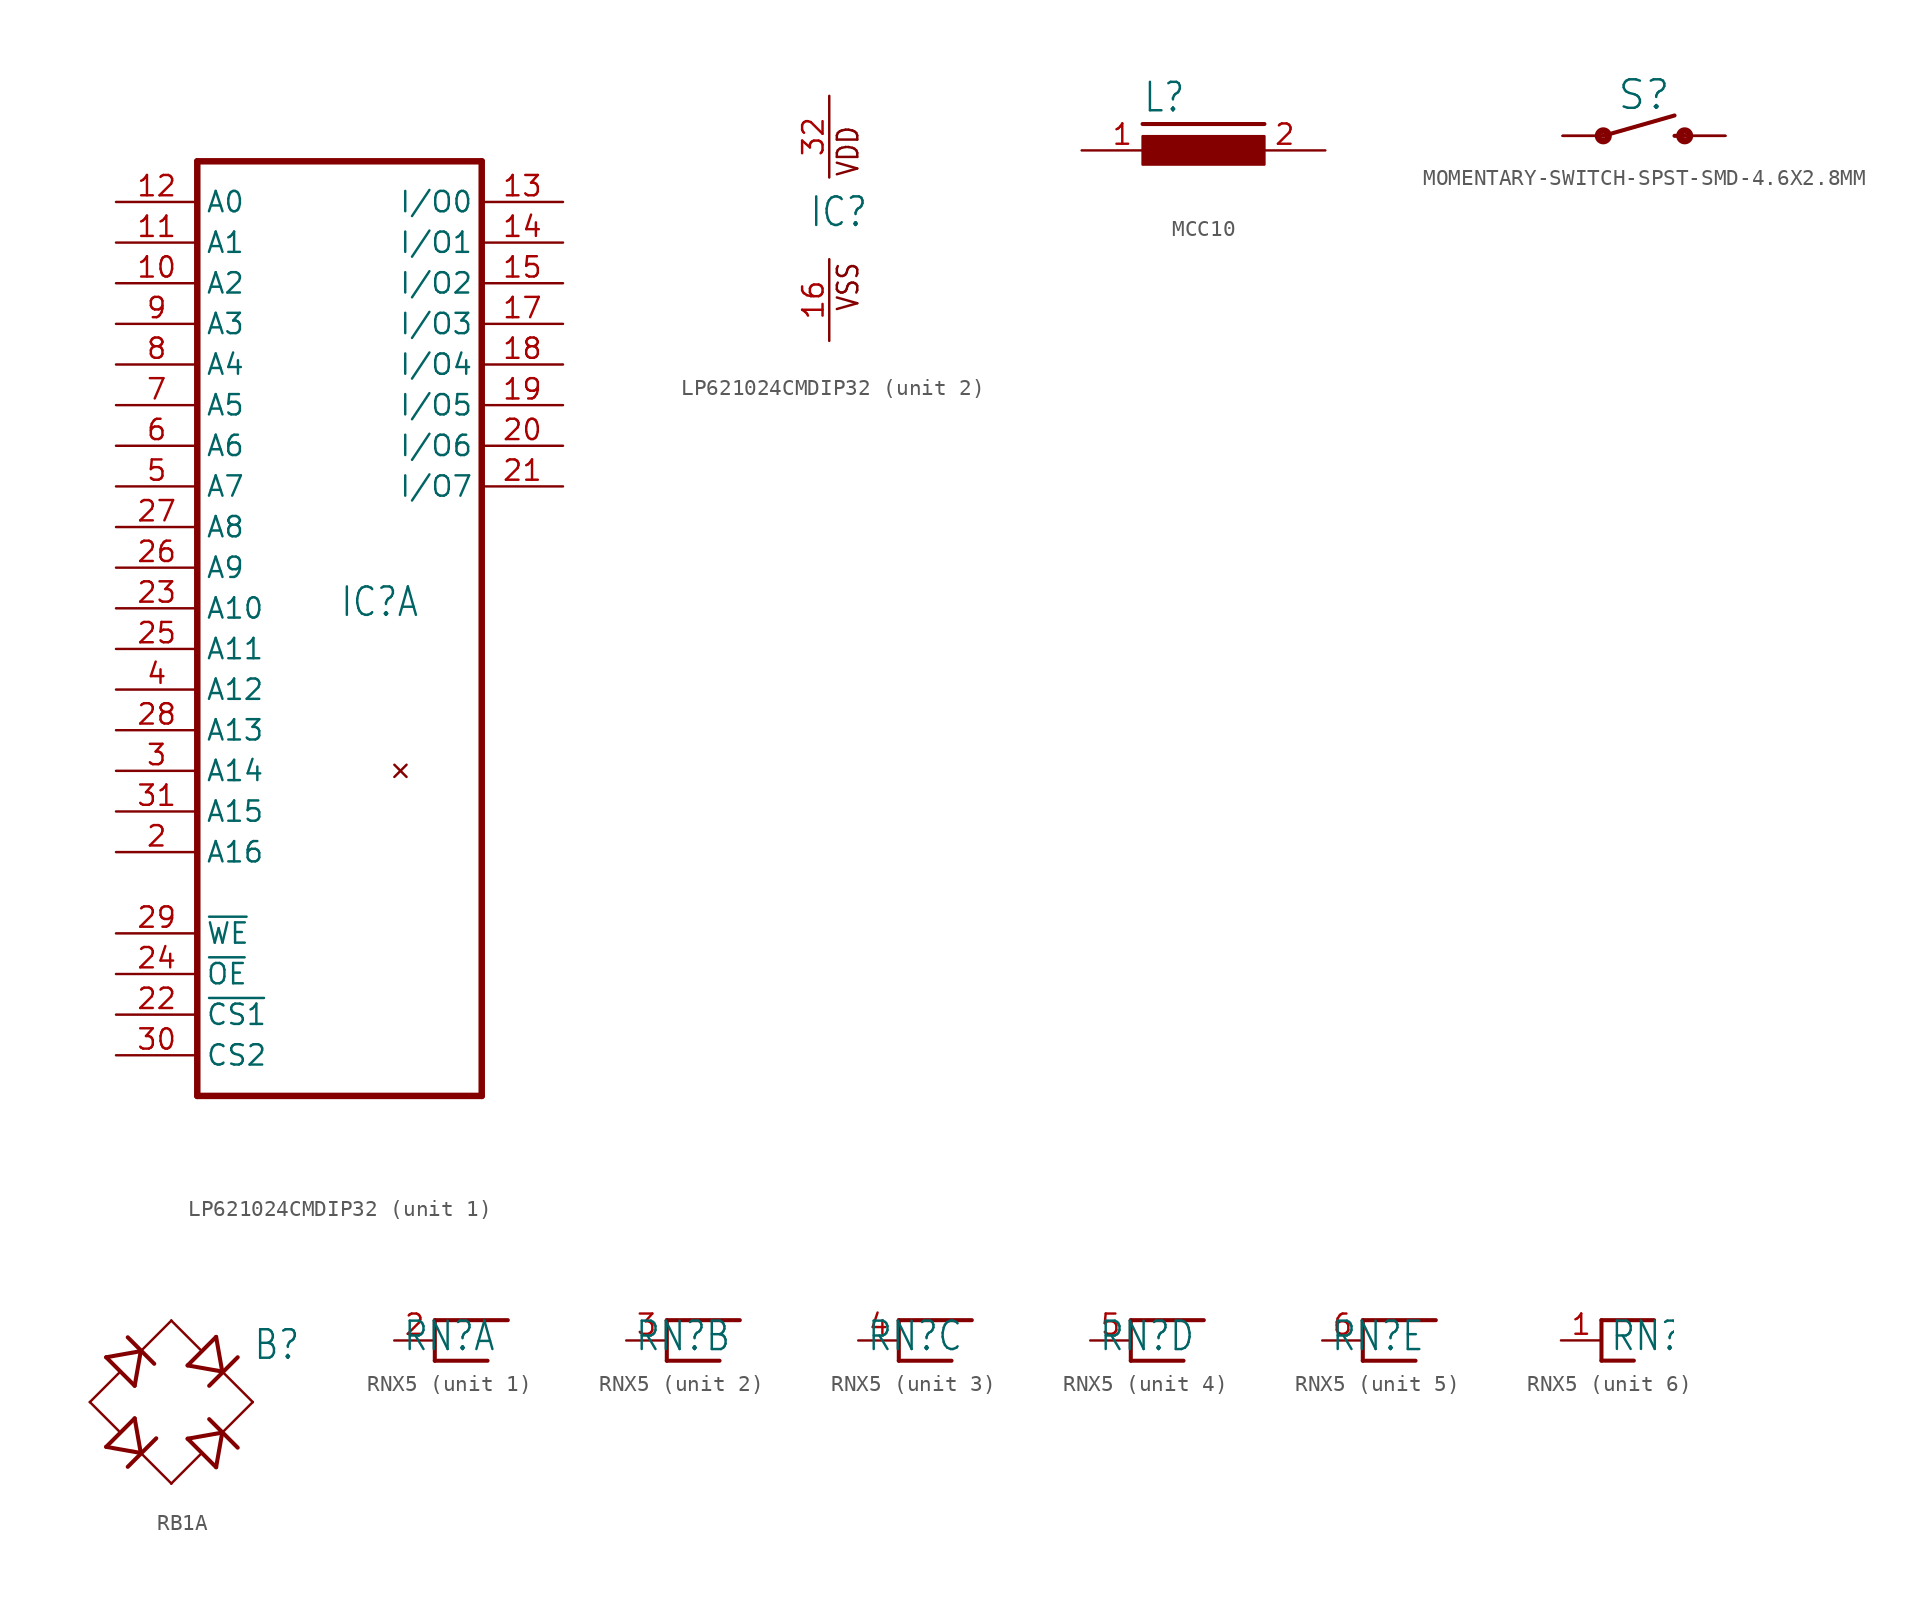
<source format=kicad_sym>
(kicad_symbol_lib
  (version 20220914)
  (generator kicad_symbol_editor)
  (symbol "LP621024CMDIP32"
    (property "Reference" "IC"
      (at -1.27 -0.635 0)
      (effects (font (size 1.778 1.511)) (justify left bottom)))
    (property "ki_locked" ""
      (at 0 0 0)
      (effects (font (size 1.27 1.27))))
    (symbol "LP621024CMDIP32_1_0"
      (polyline (pts (xy -10.16 -30.48) (xy -10.16 27.94)) (stroke (width 0.406) (type solid)) (fill (type none)))
      (polyline (pts (xy -10.16 -30.48) (xy 7.62 -30.48)) (stroke (width 0.406) (type solid)) (fill (type none)))
      (polyline (pts (xy 7.62 27.94) (xy -10.16 27.94)) (stroke (width 0.406) (type solid)) (fill (type none)))
      (polyline (pts (xy 7.62 27.94) (xy 7.62 -30.48)) (stroke (width 0.406) (type solid)) (fill (type none)))
      (pin no_connect line (at 2.54 -10.16 180) (length 0) (name "NC" (effects (font (size 0 0)))) (number "1" (effects (font (size 0 0)))))
      (pin input line (at -15.24 20.32 0) (length 5.08) (name "A2" (effects (font (size 1.27 1.27)))) (number "10" (effects (font (size 1.27 1.27)))))
      (pin input line (at -15.24 22.86 0) (length 5.08) (name "A1" (effects (font (size 1.27 1.27)))) (number "11" (effects (font (size 1.27 1.27)))))
      (pin input line (at -15.24 25.4 0) (length 5.08) (name "A0" (effects (font (size 1.27 1.27)))) (number "12" (effects (font (size 1.27 1.27)))))
      (pin bidirectional line (at 12.7 25.4 180) (length 5.08) (name "I/O0" (effects (font (size 1.27 1.27)))) (number "13" (effects (font (size 1.27 1.27)))))
      (pin bidirectional line (at 12.7 22.86 180) (length 5.08) (name "I/O1" (effects (font (size 1.27 1.27)))) (number "14" (effects (font (size 1.27 1.27)))))
      (pin bidirectional line (at 12.7 20.32 180) (length 5.08) (name "I/O2" (effects (font (size 1.27 1.27)))) (number "15" (effects (font (size 1.27 1.27)))))
      (pin bidirectional line (at 12.7 17.78 180) (length 5.08) (name "I/O3" (effects (font (size 1.27 1.27)))) (number "17" (effects (font (size 1.27 1.27)))))
      (pin bidirectional line (at 12.7 15.24 180) (length 5.08) (name "I/O4" (effects (font (size 1.27 1.27)))) (number "18" (effects (font (size 1.27 1.27)))))
      (pin bidirectional line (at 12.7 12.7 180) (length 5.08) (name "I/O5" (effects (font (size 1.27 1.27)))) (number "19" (effects (font (size 1.27 1.27)))))
      (pin input line (at -15.24 -15.24 0) (length 5.08) (name "A16" (effects (font (size 1.27 1.27)))) (number "2" (effects (font (size 1.27 1.27)))))
      (pin bidirectional line (at 12.7 10.16 180) (length 5.08) (name "I/O6" (effects (font (size 1.27 1.27)))) (number "20" (effects (font (size 1.27 1.27)))))
      (pin bidirectional line (at 12.7 7.62 180) (length 5.08) (name "I/O7" (effects (font (size 1.27 1.27)))) (number "21" (effects (font (size 1.27 1.27)))))
      (pin input line (at -15.24 -25.4 0) (length 5.08) (name "~{CS1}" (effects (font (size 1.27 1.27)))) (number "22" (effects (font (size 1.27 1.27)))))
      (pin input line (at -15.24 0 0) (length 5.08) (name "A10" (effects (font (size 1.27 1.27)))) (number "23" (effects (font (size 1.27 1.27)))))
      (pin input line (at -15.24 -22.86 0) (length 5.08) (name "~{OE}" (effects (font (size 1.27 1.27)))) (number "24" (effects (font (size 1.27 1.27)))))
      (pin input line (at -15.24 -2.54 0) (length 5.08) (name "A11" (effects (font (size 1.27 1.27)))) (number "25" (effects (font (size 1.27 1.27)))))
      (pin input line (at -15.24 2.54 0) (length 5.08) (name "A9" (effects (font (size 1.27 1.27)))) (number "26" (effects (font (size 1.27 1.27)))))
      (pin input line (at -15.24 5.08 0) (length 5.08) (name "A8" (effects (font (size 1.27 1.27)))) (number "27" (effects (font (size 1.27 1.27)))))
      (pin input line (at -15.24 -7.62 0) (length 5.08) (name "A13" (effects (font (size 1.27 1.27)))) (number "28" (effects (font (size 1.27 1.27)))))
      (pin input line (at -15.24 -20.32 0) (length 5.08) (name "~{WE}" (effects (font (size 1.27 1.27)))) (number "29" (effects (font (size 1.27 1.27)))))
      (pin input line (at -15.24 -10.16 0) (length 5.08) (name "A14" (effects (font (size 1.27 1.27)))) (number "3" (effects (font (size 1.27 1.27)))))
      (pin input line (at -15.24 -27.94 0) (length 5.08) (name "CS2" (effects (font (size 1.27 1.27)))) (number "30" (effects (font (size 1.27 1.27)))))
      (pin input line (at -15.24 -12.7 0) (length 5.08) (name "A15" (effects (font (size 1.27 1.27)))) (number "31" (effects (font (size 1.27 1.27)))))
      (pin input line (at -15.24 -5.08 0) (length 5.08) (name "A12" (effects (font (size 1.27 1.27)))) (number "4" (effects (font (size 1.27 1.27)))))
      (pin input line (at -15.24 7.62 0) (length 5.08) (name "A7" (effects (font (size 1.27 1.27)))) (number "5" (effects (font (size 1.27 1.27)))))
      (pin input line (at -15.24 10.16 0) (length 5.08) (name "A6" (effects (font (size 1.27 1.27)))) (number "6" (effects (font (size 1.27 1.27)))))
      (pin input line (at -15.24 12.7 0) (length 5.08) (name "A5" (effects (font (size 1.27 1.27)))) (number "7" (effects (font (size 1.27 1.27)))))
      (pin input line (at -15.24 15.24 0) (length 5.08) (name "A4" (effects (font (size 1.27 1.27)))) (number "8" (effects (font (size 1.27 1.27)))))
      (pin input line (at -15.24 17.78 0) (length 5.08) (name "A3" (effects (font (size 1.27 1.27)))) (number "9" (effects (font (size 1.27 1.27))))))
    (symbol "LP621024CMDIP32_2_0"
      (text "VDD" (at 1.905 2.54 900) (effects (font (size 1.27 1.079)) (justify left bottom)))
      (text "VSS" (at 1.905 -5.842 900) (effects (font (size 1.27 1.079)) (justify left bottom)))
      (pin power_in line (at 0 -7.62 90) (length 5.08) (name "VSS" (effects (font (size 0 0)))) (number "16" (effects (font (size 1.27 1.27)))))
      (pin power_in line (at 0 7.62 270) (length 5.08) (name "VDD" (effects (font (size 0 0)))) (number "32" (effects (font (size 1.27 1.27)))))))
  (symbol "MCC10"
    (property "Reference" "L"
      (at -3.81 2.286 0)
      (effects (font (size 1.778 1.511)) (justify left bottom)))
    (property "Value" ""
      (at -3.937 -3.048 0)
      (effects (font (size 1.778 1.511)) (justify left bottom)))
    (property "ki_locked" ""
      (at 0 0 0)
      (effects (font (size 1.27 1.27))))
    (symbol "MCC10_1_0"
      (rectangle (start -3.81 -0.889) (end 3.81 0.889) (stroke (width 0) (type default)) (fill (type outline)))
      (polyline (pts (xy -3.81 1.651) (xy 3.81 1.651)) (stroke (width 0.254) (type solid)) (fill (type none)))
      (pin passive line (at -7.62 0 0) (length 5.08) (name "1" (effects (font (size 0 0)))) (number "1" (effects (font (size 1.27 1.27)))))
      (pin passive line (at 7.62 0 180) (length 5.08) (name "2" (effects (font (size 0 0)))) (number "2" (effects (font (size 1.27 1.27)))))))
  (symbol "MOMENTARY-SWITCH-SPST-SMD-4.6X2.8MM"
    (property "Reference" "S"
      (at 0 1.524 0)
      (effects (font (size 1.778 1.778)) (justify bottom)))
    (property "Value" ""
      (at 0 -0.508 0)
      (effects (font (size 1.778 1.778)) (justify top)))
    (property "ki_locked" ""
      (at 0 0 0)
      (effects (font (size 1.27 1.27))))
    (symbol "MOMENTARY-SWITCH-SPST-SMD-4.6X2.8MM_1_0"
      (circle (center -2.54 0) (radius 0.127) (stroke (width 0.406) (type solid)) (fill (type none)))
      (polyline (pts (xy -2.54 0) (xy 1.905 1.27)) (stroke (width 0.254) (type solid)) (fill (type none)))
      (polyline (pts (xy 1.905 0) (xy 2.54 0)) (stroke (width 0.254) (type solid)) (fill (type none)))
      (circle (center 2.54 0) (radius 0.127) (stroke (width 0.406) (type solid)) (fill (type none)))
      (pin passive line (at -5.08 0 0) (length 2.54) (name "1" (effects (font (size 0 0)))) (number "1" (effects (font (size 0 0)))))
      (pin passive line (at -5.08 0 0) (length 2.54) (name "1" (effects (font (size 0 0)))) (number "2" (effects (font (size 0 0)))))
      (pin passive line (at 5.08 0 180) (length 2.54) (name "2" (effects (font (size 0 0)))) (number "3" (effects (font (size 0 0)))))
      (pin passive line (at 5.08 0 180) (length 2.54) (name "2" (effects (font (size 0 0)))) (number "4" (effects (font (size 0 0)))))))
  (symbol "RB1A"
    (property "Reference" "B"
      (at 5.08 2.54 0)
      (effects (font (size 1.778 1.511)) (justify left bottom)))
    (property "Value" ""
      (at 5.08 -5.08 0)
      (effects (font (size 1.778 1.511)) (justify left bottom)))
    (property "ki_locked" ""
      (at 0 0 0)
      (effects (font (size 1.27 1.27))))
    (symbol "RB1A_1_0"
      (polyline (pts (xy -5.08 0) (xy -3.277 1.803)) (stroke (width 0.152) (type solid)) (fill (type none)))
      (polyline (pts (xy -4.064 -2.794) (xy -2.286 -1.016)) (stroke (width 0.254) (type solid)) (fill (type none)))
      (polyline (pts (xy -4.064 2.794) (xy -2.286 1.016)) (stroke (width 0.254) (type solid)) (fill (type none)))
      (polyline (pts (xy -3.277 -1.803) (xy -5.08 0)) (stroke (width 0.152) (type solid)) (fill (type none)))
      (polyline (pts (xy -2.718 -4.039) (xy -0.94 -2.261)) (stroke (width 0.254) (type solid)) (fill (type none)))
      (polyline (pts (xy -2.718 4.039) (xy -1.067 2.388)) (stroke (width 0.254) (type solid)) (fill (type none)))
      (polyline (pts (xy -1.905 -3.175) (xy -4.064 -2.794)) (stroke (width 0.254) (type solid)) (fill (type none)))
      (polyline (pts (xy -1.905 -3.175) (xy -2.286 -1.016)) (stroke (width 0.254) (type solid)) (fill (type none)))
      (polyline (pts (xy -1.905 3.175) (xy -4.064 2.794)) (stroke (width 0.254) (type solid)) (fill (type none)))
      (polyline (pts (xy -1.905 3.175) (xy -2.286 1.016)) (stroke (width 0.254) (type solid)) (fill (type none)))
      (polyline (pts (xy -1.905 3.175) (xy 0 5.08)) (stroke (width 0.152) (type solid)) (fill (type none)))
      (polyline (pts (xy 0 -5.08) (xy -1.905 -3.175)) (stroke (width 0.152) (type solid)) (fill (type none)))
      (polyline (pts (xy 0 -5.08) (xy 1.803 -3.277)) (stroke (width 0.152) (type solid)) (fill (type none)))
      (polyline (pts (xy 0 5.08) (xy 1.803 3.277)) (stroke (width 0.152) (type solid)) (fill (type none)))
      (polyline (pts (xy 1.016 -2.286) (xy 2.794 -4.064)) (stroke (width 0.254) (type solid)) (fill (type none)))
      (polyline (pts (xy 1.016 2.286) (xy 2.794 4.064)) (stroke (width 0.254) (type solid)) (fill (type none)))
      (polyline (pts (xy 2.362 -1.067) (xy 4.14 -2.845)) (stroke (width 0.254) (type solid)) (fill (type none)))
      (polyline (pts (xy 2.362 1.016) (xy 4.14 2.794)) (stroke (width 0.254) (type solid)) (fill (type none)))
      (polyline (pts (xy 3.175 -1.905) (xy 1.016 -2.286)) (stroke (width 0.254) (type solid)) (fill (type none)))
      (polyline (pts (xy 3.175 -1.905) (xy 2.794 -4.064)) (stroke (width 0.254) (type solid)) (fill (type none)))
      (polyline (pts (xy 3.175 1.905) (xy 1.016 2.286)) (stroke (width 0.254) (type solid)) (fill (type none)))
      (polyline (pts (xy 3.175 1.905) (xy 2.794 4.064)) (stroke (width 0.254) (type solid)) (fill (type none)))
      (polyline (pts (xy 3.175 1.905) (xy 5.08 0)) (stroke (width 0.152) (type solid)) (fill (type none)))
      (polyline (pts (xy 5.08 0) (xy 3.175 -1.905)) (stroke (width 0.152) (type solid)) (fill (type none)))
      (pin passive line (at 5.08 0 180) (length 0) (name "+" (effects (font (size 0 0)))) (number "+" (effects (font (size 0 0)))))
      (pin passive line (at -5.08 0 0) (length 0) (name "-" (effects (font (size 0 0)))) (number "-" (effects (font (size 0 0)))))
      (pin passive line (at 0 5.08 270) (length 0) (name "AC1" (effects (font (size 0 0)))) (number "AC1" (effects (font (size 0 0)))))
      (pin passive line (at 0 -5.08 90) (length 0) (name "AC2" (effects (font (size 0 0)))) (number "AC2" (effects (font (size 0 0)))))))
  (symbol "RNX5"
    (property "Reference" "RN"
      (at -2.032 -0.762 0)
      (effects (font (size 1.778 1.511)) (justify left bottom)))
    (property "Value" ""
      (at -2.794 1.778 0)
      (effects (font (size 1.778 1.511)) (justify left bottom)))
    (property "ki_locked" ""
      (at 0 0 0)
      (effects (font (size 1.27 1.27))))
    (symbol "RNX5_1_0"
      (polyline (pts (xy 0 -1.27) (xy 3.302 -1.27)) (stroke (width 0.254) (type solid)) (fill (type none)))
      (polyline (pts (xy 0 1.27) (xy 0 -1.27)) (stroke (width 0.254) (type solid)) (fill (type none)))
      (polyline (pts (xy 4.572 1.27) (xy 0 1.27)) (stroke (width 0.254) (type solid)) (fill (type none)))
      (pin passive line (at -2.54 0 0) (length 2.54) (name "1" (effects (font (size 0 0)))) (number "2" (effects (font (size 1.27 1.27))))))
    (symbol "RNX5_2_0"
      (polyline (pts (xy 0 -1.27) (xy 3.302 -1.27)) (stroke (width 0.254) (type solid)) (fill (type none)))
      (polyline (pts (xy 0 1.27) (xy 0 -1.27)) (stroke (width 0.254) (type solid)) (fill (type none)))
      (polyline (pts (xy 4.572 1.27) (xy 0 1.27)) (stroke (width 0.254) (type solid)) (fill (type none)))
      (pin passive line (at -2.54 0 0) (length 2.54) (name "1" (effects (font (size 0 0)))) (number "3" (effects (font (size 1.27 1.27))))))
    (symbol "RNX5_3_0"
      (polyline (pts (xy 0 -1.27) (xy 3.302 -1.27)) (stroke (width 0.254) (type solid)) (fill (type none)))
      (polyline (pts (xy 0 1.27) (xy 0 -1.27)) (stroke (width 0.254) (type solid)) (fill (type none)))
      (polyline (pts (xy 4.572 1.27) (xy 0 1.27)) (stroke (width 0.254) (type solid)) (fill (type none)))
      (pin passive line (at -2.54 0 0) (length 2.54) (name "1" (effects (font (size 0 0)))) (number "4" (effects (font (size 1.27 1.27))))))
    (symbol "RNX5_4_0"
      (polyline (pts (xy 0 -1.27) (xy 3.302 -1.27)) (stroke (width 0.254) (type solid)) (fill (type none)))
      (polyline (pts (xy 0 1.27) (xy 0 -1.27)) (stroke (width 0.254) (type solid)) (fill (type none)))
      (polyline (pts (xy 4.572 1.27) (xy 0 1.27)) (stroke (width 0.254) (type solid)) (fill (type none)))
      (pin passive line (at -2.54 0 0) (length 2.54) (name "1" (effects (font (size 0 0)))) (number "5" (effects (font (size 1.27 1.27))))))
    (symbol "RNX5_5_0"
      (polyline (pts (xy 0 -1.27) (xy 3.302 -1.27)) (stroke (width 0.254) (type solid)) (fill (type none)))
      (polyline (pts (xy 0 1.27) (xy 0 -1.27)) (stroke (width 0.254) (type solid)) (fill (type none)))
      (polyline (pts (xy 4.572 1.27) (xy 0 1.27)) (stroke (width 0.254) (type solid)) (fill (type none)))
      (pin passive line (at -2.54 0 0) (length 2.54) (name "1" (effects (font (size 0 0)))) (number "6" (effects (font (size 1.27 1.27))))))
    (symbol "RNX5_6_0"
      (polyline (pts (xy -2.54 -1.27) (xy -0.508 -1.27)) (stroke (width 0.254) (type solid)) (fill (type none)))
      (polyline (pts (xy -2.54 1.27) (xy -2.54 -1.27)) (stroke (width 0.254) (type solid)) (fill (type none)))
      (polyline (pts (xy 0.762 1.27) (xy -2.54 1.27)) (stroke (width 0.254) (type solid)) (fill (type none)))
      (pin passive line (at -5.08 0 0) (length 2.54) (name "1" (effects (font (size 0 0)))) (number "1" (effects (font (size 1.27 1.27))))))))
</source>
